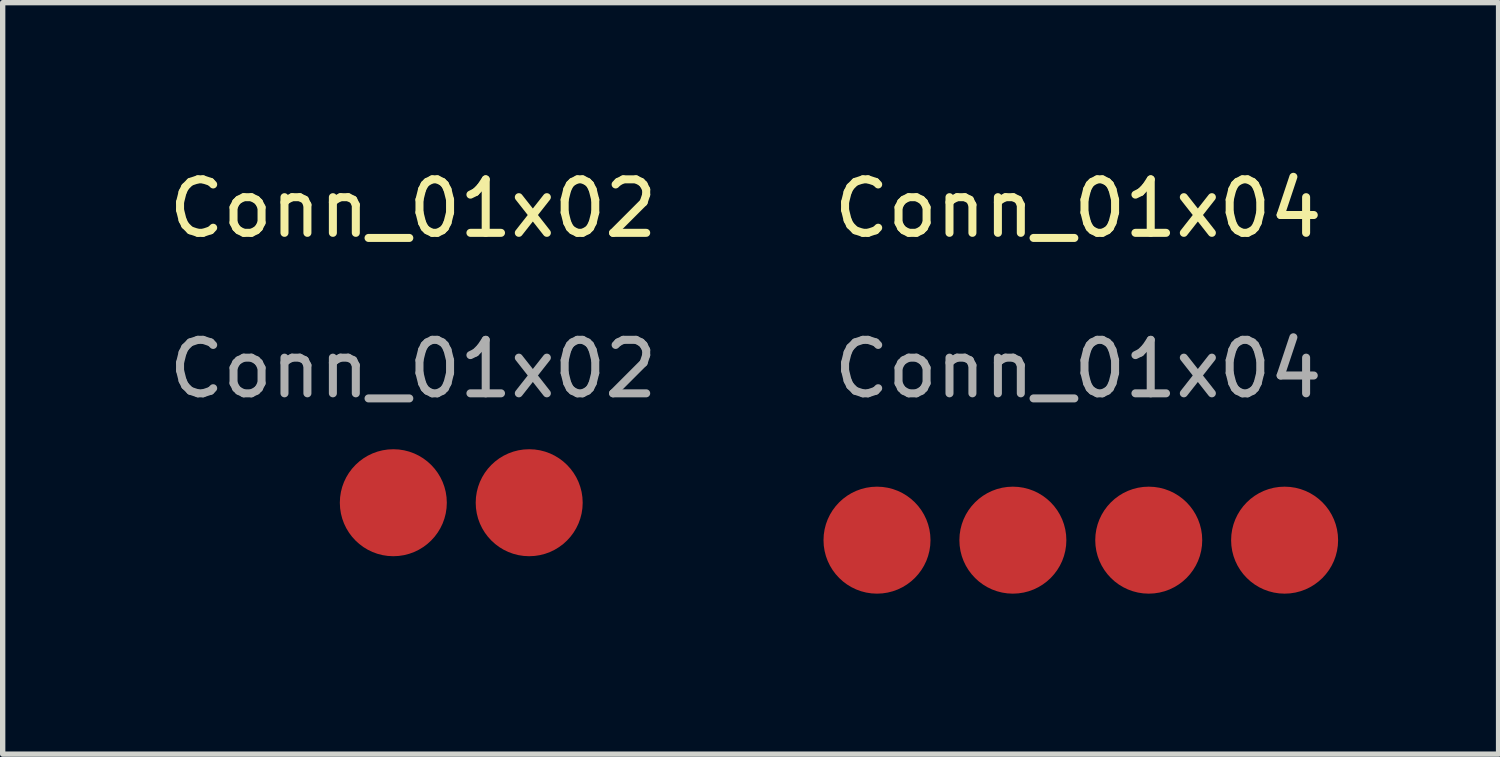
<source format=kicad_pcb>
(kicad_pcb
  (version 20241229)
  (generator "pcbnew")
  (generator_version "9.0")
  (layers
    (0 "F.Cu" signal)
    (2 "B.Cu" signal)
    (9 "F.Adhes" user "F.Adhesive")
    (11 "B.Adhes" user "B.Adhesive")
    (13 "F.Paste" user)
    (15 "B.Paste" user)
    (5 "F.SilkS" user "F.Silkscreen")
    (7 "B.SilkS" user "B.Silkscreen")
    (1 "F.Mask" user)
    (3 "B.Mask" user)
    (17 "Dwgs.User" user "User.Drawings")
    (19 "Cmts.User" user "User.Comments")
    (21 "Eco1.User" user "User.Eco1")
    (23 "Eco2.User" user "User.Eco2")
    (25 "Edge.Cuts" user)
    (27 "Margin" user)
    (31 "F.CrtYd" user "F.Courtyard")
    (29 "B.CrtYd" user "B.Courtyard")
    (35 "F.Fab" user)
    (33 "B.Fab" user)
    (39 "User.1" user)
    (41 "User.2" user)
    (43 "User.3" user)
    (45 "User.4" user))
  (footprint "Conn_01x02"
    (layer "F.Cu")
    (at 5.573 6.348)
    (property "Reference" "Conn_01x02" (at -0.9 -5.5 0) (unlocked yes) (layer "F.SilkS") (effects (font (size 1 1) (thickness 0.15))))
    (attr smd)
    (fp_text user "${REFERENCE}" (at -0.9 -2.5 0) (unlocked yes) (layer "F.Fab") (effects (font (size 1 1) (thickness 0.15))))
    (pad "1" smd circle (at -1.27 0) (size 2 2) (layers "F.Cu" "F.Mask" "F.Paste"))
    (pad "2" smd circle (at 1.27 0) (size 2 2) (layers "F.Cu" "F.Mask" "F.Paste")))
  (footprint "Conn_01x04"
    (layer "F.Cu")
    (at 17.155 7.048)
    (property "Reference" "Conn_01x04" (at -0.05 -6.2 0) (unlocked yes) (layer "F.SilkS") (effects (font (size 1 1) (thickness 0.15))))
    (attr smd)
    (fp_text user "${REFERENCE}" (at -0.05 -3.2 0) (unlocked yes) (layer "F.Fab") (effects (font (size 1 1) (thickness 0.15))))
    (pad "1" smd circle (at -3.81 0) (size 2 2) (layers "F.Cu" "F.Mask" "F.Paste"))
    (pad "2" smd circle (at -1.27 0) (size 2 2) (layers "F.Cu" "F.Mask" "F.Paste"))
    (pad "3" smd circle (at 1.27 0) (size 2 2) (layers "F.Cu" "F.Mask" "F.Paste"))
    (pad "4" smd circle (at 3.81 0) (size 2 2) (layers "F.Cu" "F.Mask" "F.Paste")))
  (gr_rect
    (start -3 -3)
    (end 24.965 11.048)
    (stroke (width 0.1) (type default))
    (fill no)
    (layer "Edge.Cuts")))
</source>
